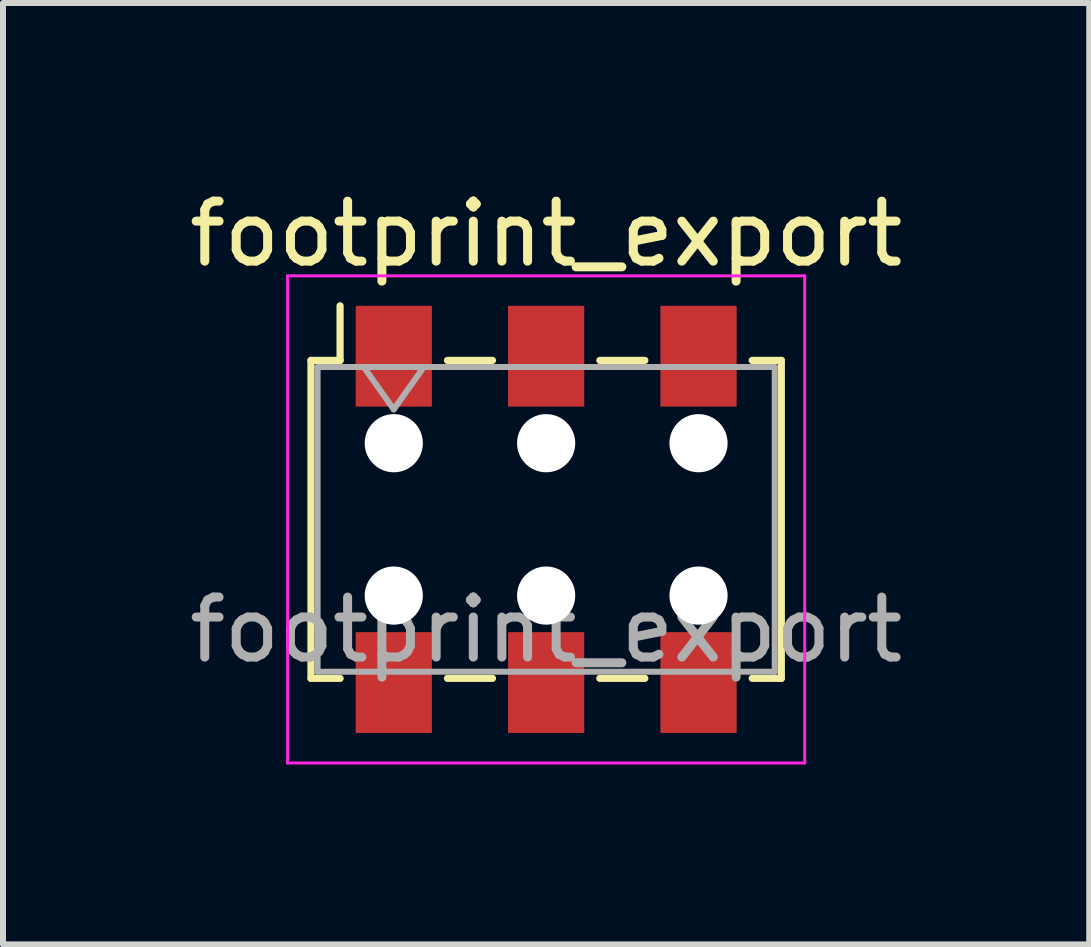
<source format=kicad_pcb>
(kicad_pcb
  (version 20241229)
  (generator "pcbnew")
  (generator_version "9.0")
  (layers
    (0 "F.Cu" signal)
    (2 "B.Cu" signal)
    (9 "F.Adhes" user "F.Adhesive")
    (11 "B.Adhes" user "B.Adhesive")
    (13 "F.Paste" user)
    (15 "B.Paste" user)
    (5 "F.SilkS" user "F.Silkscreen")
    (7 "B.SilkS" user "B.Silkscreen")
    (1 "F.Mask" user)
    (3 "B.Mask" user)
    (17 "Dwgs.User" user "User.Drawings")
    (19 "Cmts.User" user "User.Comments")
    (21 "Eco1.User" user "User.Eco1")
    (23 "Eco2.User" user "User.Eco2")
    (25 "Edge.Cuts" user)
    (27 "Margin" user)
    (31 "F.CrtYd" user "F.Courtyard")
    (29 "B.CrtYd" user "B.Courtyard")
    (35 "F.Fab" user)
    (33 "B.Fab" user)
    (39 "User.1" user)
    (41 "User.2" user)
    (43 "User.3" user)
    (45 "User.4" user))
  (footprint "footprint_export"
    (layer "F.Cu")
    (at 6.054 5.608)
    (property "Reference" "footprint_export" (at 0 -4.76 0) (layer "F.SilkS") (effects (font (size 1 1) (thickness 0.15))))
    (attr smd)
    (fp_line (start -3.92 -2.65) (end -3.92 2.65) (stroke (width 0.12) (type solid)) (layer "F.SilkS"))
    (fp_line (start -3.92 2.65) (end -3.435 2.65) (stroke (width 0.12) (type solid)) (layer "F.SilkS"))
    (fp_line (start -3.435 -3.56) (end -3.435 -2.65) (stroke (width 0.12) (type solid)) (layer "F.SilkS"))
    (fp_line (start -3.435 -2.65) (end -3.92 -2.65) (stroke (width 0.12) (type solid)) (layer "F.SilkS"))
    (fp_line (start -1.645 -2.65) (end -0.895 -2.65) (stroke (width 0.12) (type solid)) (layer "F.SilkS"))
    (fp_line (start -1.645 2.65) (end -0.895 2.65) (stroke (width 0.12) (type solid)) (layer "F.SilkS"))
    (fp_line (start 0.895 -2.65) (end 1.645 -2.65) (stroke (width 0.12) (type solid)) (layer "F.SilkS"))
    (fp_line (start 0.895 2.65) (end 1.645 2.65) (stroke (width 0.12) (type solid)) (layer "F.SilkS"))
    (fp_line (start 3.435 -2.65) (end 3.92 -2.65) (stroke (width 0.12) (type solid)) (layer "F.SilkS"))
    (fp_line (start 3.92 -2.65) (end 3.92 2.65) (stroke (width 0.12) (type solid)) (layer "F.SilkS"))
    (fp_line (start 3.92 2.65) (end 3.435 2.65) (stroke (width 0.12) (type solid)) (layer "F.SilkS"))
    (fp_line (start -4.31 -4.06) (end 4.31 -4.06) (stroke (width 0.05) (type solid)) (layer "F.CrtYd"))
    (fp_line (start -4.31 4.06) (end -4.31 -4.06) (stroke (width 0.05) (type solid)) (layer "F.CrtYd"))
    (fp_line (start 4.31 -4.06) (end 4.31 4.06) (stroke (width 0.05) (type solid)) (layer "F.CrtYd"))
    (fp_line (start 4.31 4.06) (end -4.31 4.06) (stroke (width 0.05) (type solid)) (layer "F.CrtYd"))
    (fp_line (start -3.81 -2.54) (end 3.81 -2.54) (stroke (width 0.1) (type solid)) (layer "F.Fab"))
    (fp_line (start -3.81 2.54) (end -3.81 -2.54) (stroke (width 0.1) (type solid)) (layer "F.Fab"))
    (fp_line (start -3.04 -2.54) (end -2.54 -1.833) (stroke (width 0.1) (type solid)) (layer "F.Fab"))
    (fp_line (start -2.54 -1.833) (end -2.04 -2.54) (stroke (width 0.1) (type solid)) (layer "F.Fab"))
    (fp_line (start 3.81 -2.54) (end 3.81 2.54) (stroke (width 0.1) (type solid)) (layer "F.Fab"))
    (fp_line (start 3.81 2.54) (end -3.81 2.54) (stroke (width 0.1) (type solid)) (layer "F.Fab"))
    (fp_text user "${REFERENCE}" (at 0 1.84 0) (layer "F.Fab") (effects (font (size 1 1) (thickness 0.15))))
    (pad "" np_thru_hole circle (at -2.54 -1.27) (size 0.97 0.97) (drill 0.97) (layers "*.Cu" "*.Mask"))
    (pad "" np_thru_hole circle (at -2.54 1.27) (size 0.97 0.97) (drill 0.97) (layers "*.Cu" "*.Mask"))
    (pad "" np_thru_hole circle (at 0 -1.27) (size 0.97 0.97) (drill 0.97) (layers "*.Cu" "*.Mask"))
    (pad "" np_thru_hole circle (at 0 1.27) (size 0.97 0.97) (drill 0.97) (layers "*.Cu" "*.Mask"))
    (pad "" np_thru_hole circle (at 2.54 -1.27) (size 0.97 0.97) (drill 0.97) (layers "*.Cu" "*.Mask"))
    (pad "" np_thru_hole circle (at 2.54 1.27) (size 0.97 0.97) (drill 0.97) (layers "*.Cu" "*.Mask"))
    (pad "1" smd rect (at -2.54 -2.72) (size 1.27 1.68) (layers "F.Cu" "F.Mask" "F.Paste"))
    (pad "2" smd rect (at -2.54 2.72) (size 1.27 1.68) (layers "F.Cu" "F.Mask" "F.Paste"))
    (pad "3" smd rect (at 0 -2.72) (size 1.27 1.68) (layers "F.Cu" "F.Mask" "F.Paste"))
    (pad "4" smd rect (at 0 2.72) (size 1.27 1.68) (layers "F.Cu" "F.Mask" "F.Paste"))
    (pad "5" smd rect (at 2.54 -2.72) (size 1.27 1.68) (layers "F.Cu" "F.Mask" "F.Paste"))
    (pad "6" smd rect (at 2.54 2.72) (size 1.27 1.68) (layers "F.Cu" "F.Mask" "F.Paste")))
  (gr_rect
    (start -3 -3)
    (end 15.107 12.693)
    (stroke (width 0.1) (type default))
    (fill no)
    (layer "Edge.Cuts")))
</source>
